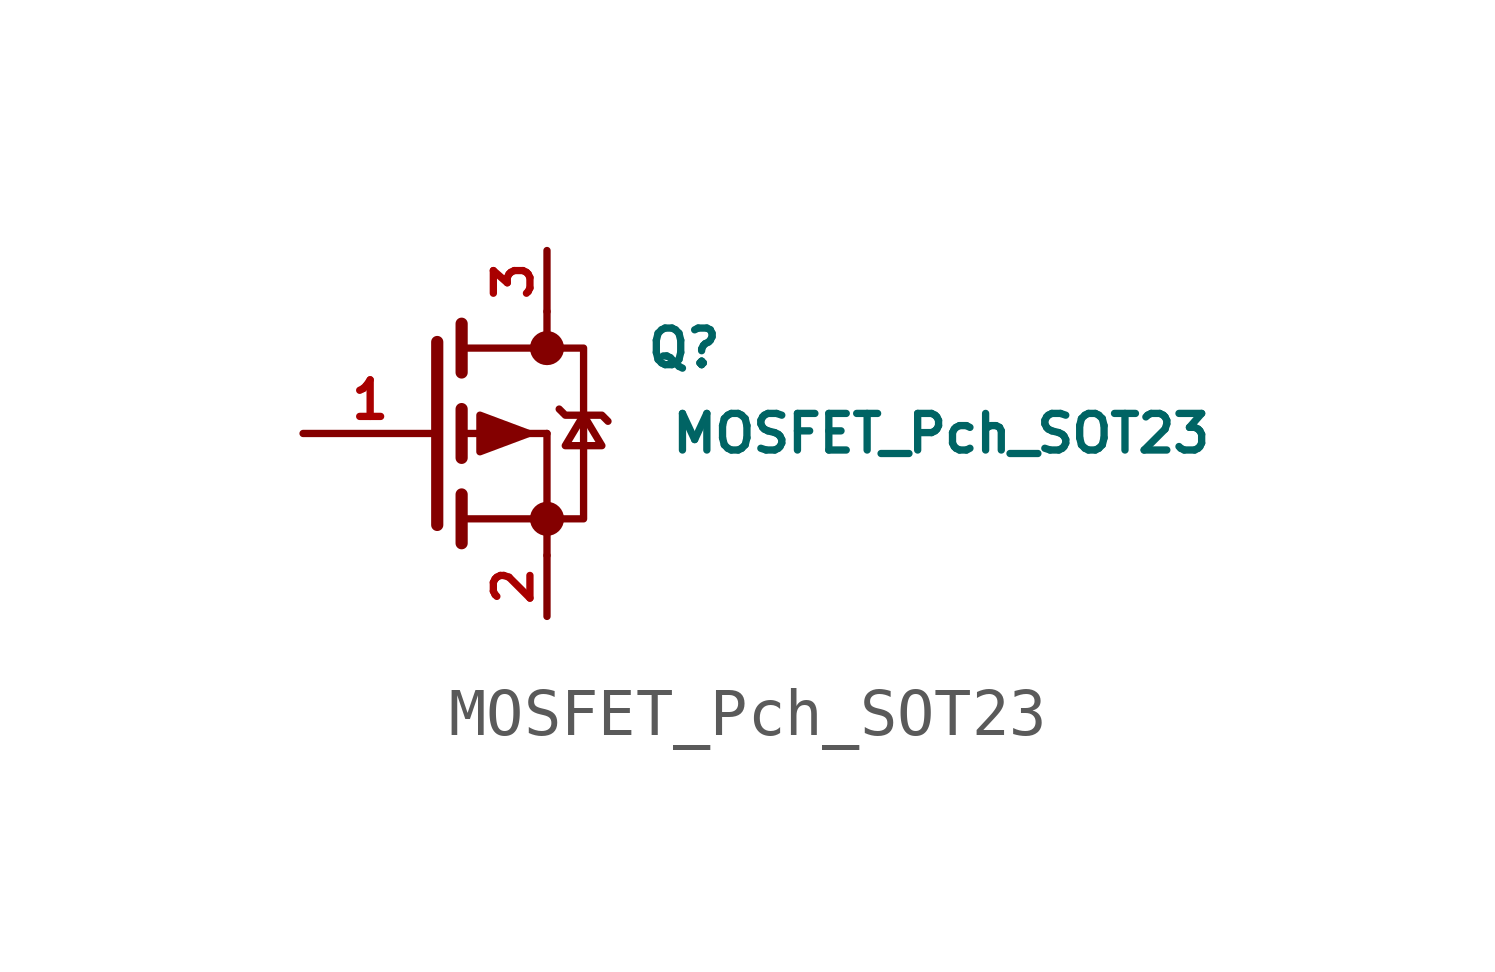
<source format=kicad_sym>
(kicad_symbol_lib
  (version 20210619)
  (generator kicad_symbol_editor)
  (symbol "MOSFET_Pch_SOT23"
    (pin_names
      (offset 0) hide)
    (property "Reference" "Q"
      (at 4.572 1.778 0)
      (effects (font (size 0.762 0.762)) (justify left)))
    (property "Value" "MOSFET_Pch_SOT23"
      (at 5.08 0 0)
      (effects (font (size 0.762 0.762)) (justify left)))
    (symbol "MOSFET_Pch_SOT23_0_1"
      (circle (center 2.54 -1.778) (radius 0.279) (stroke (width 0)) (fill (type outline)))
      (circle (center 2.54 1.778) (radius 0.279) (stroke (width 0)) (fill (type outline)))
      (polyline (pts (xy 0.762 -1.778) (xy 2.54 -1.778)) (stroke (width 0)) (fill (type none)))
      (polyline (pts (xy 0.762 -1.27) (xy 0.762 -2.286)) (stroke (width 0.254)) (fill (type none)))
      (polyline (pts (xy 0.762 0) (xy 2.54 0)) (stroke (width 0)) (fill (type none)))
      (polyline (pts (xy 0.762 0.508) (xy 0.762 -0.508)) (stroke (width 0.254)) (fill (type none)))
      (polyline (pts (xy 0.762 1.778) (xy 2.54 1.778)) (stroke (width 0)) (fill (type none)))
      (polyline (pts (xy 0.762 2.286) (xy 0.762 1.27)) (stroke (width 0.254)) (fill (type none)))
      (polyline (pts (xy 2.54 -1.778) (xy 2.54 -2.54)) (stroke (width 0)) (fill (type none)))
      (polyline (pts (xy 2.54 -1.778) (xy 2.54 0)) (stroke (width 0)) (fill (type none)))
      (polyline (pts (xy 2.54 2.54) (xy 2.54 1.778)) (stroke (width 0)) (fill (type none)))
      (polyline (pts (xy 0.254 1.905) (xy 0.254 -1.905) (xy 0.254 -1.905)) (stroke (width 0.254)) (fill (type none)))
      (polyline (pts (xy 2.54 -1.778) (xy 3.302 -1.778) (xy 3.302 1.778) (xy 2.54 1.778)) (stroke (width 0)) (fill (type none)))
      (polyline (pts (xy 2.794 0.508) (xy 2.921 0.381) (xy 3.683 0.381) (xy 3.81 0.254)) (stroke (width 0)) (fill (type none)))
      (polyline (pts (xy 3.302 0.381) (xy 2.921 -0.254) (xy 3.683 -0.254) (xy 3.302 0.381)) (stroke (width 0)) (fill (type none)))
      (polyline (pts (xy 2.159 0) (xy 1.143 -0.381) (xy 1.143 0.381) (xy 2.159 0)) (stroke (width 0)) (fill (type outline))))
    (symbol "MOSFET_Pch_SOT23_1_1"
      (pin input line (at -2.54 0 0) (length 2.794) (name "G" (effects (font (size 0.762 0.762)))) (number "1" (effects (font (size 0.762 0.762)))))
      (pin passive line (at 2.54 -3.81 90) (length 1.27) (name "S" (effects (font (size 0.762 0.762)))) (number "2" (effects (font (size 0.762 0.762)))))
      (pin passive line (at 2.54 3.81 270) (length 1.27) (name "D" (effects (font (size 0.762 0.762)))) (number "3" (effects (font (size 0.762 0.762))))))))
</source>
